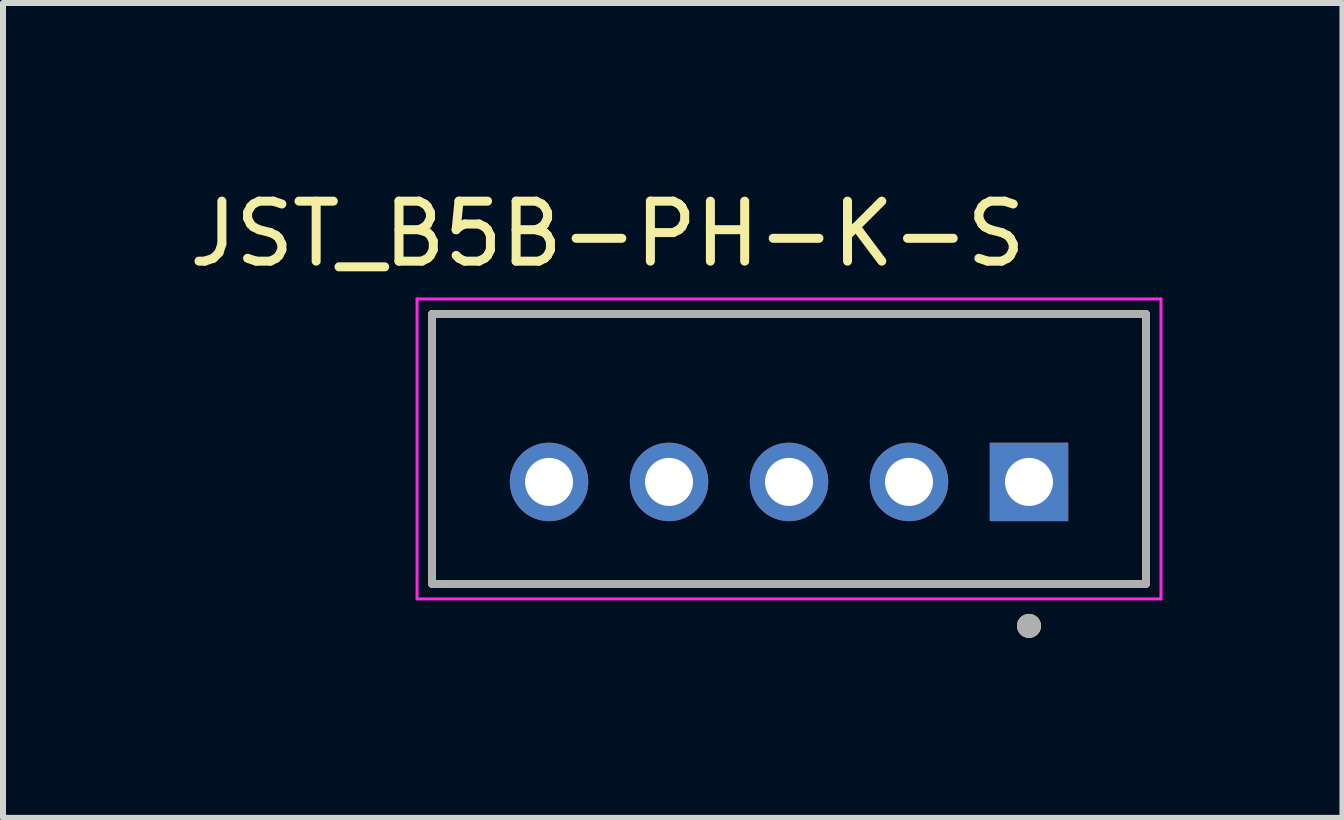
<source format=kicad_pcb>
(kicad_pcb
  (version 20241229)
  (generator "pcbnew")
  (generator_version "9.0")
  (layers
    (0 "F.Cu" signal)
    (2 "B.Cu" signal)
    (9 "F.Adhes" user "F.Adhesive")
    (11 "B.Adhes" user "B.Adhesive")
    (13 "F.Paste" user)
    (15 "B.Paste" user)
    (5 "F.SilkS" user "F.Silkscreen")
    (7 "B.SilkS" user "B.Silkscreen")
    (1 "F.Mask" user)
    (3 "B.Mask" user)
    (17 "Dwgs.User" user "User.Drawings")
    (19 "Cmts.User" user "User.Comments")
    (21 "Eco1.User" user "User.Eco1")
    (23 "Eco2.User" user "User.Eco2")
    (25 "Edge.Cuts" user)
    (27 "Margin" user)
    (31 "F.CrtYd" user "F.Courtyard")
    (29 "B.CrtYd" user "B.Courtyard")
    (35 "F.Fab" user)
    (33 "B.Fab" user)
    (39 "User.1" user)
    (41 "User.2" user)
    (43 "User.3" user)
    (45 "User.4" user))
  (footprint "JST_B5B-PH-K-S"
    (layer "F.Cu")
    (at 10.102 4.433)
    (property "Reference" "JST_B5B-PH-K-S" (at -3.025 -3.585 0) (layer "F.SilkS") (effects (font (size 1 1) (thickness 0.15))))
    (attr through_hole)
    (fp_line (start -5.95 -2.25) (end 5.95 -2.25) (stroke (width 0.127) (type solid)) (layer "F.SilkS"))
    (fp_line (start -5.95 2.25) (end -5.95 -2.25) (stroke (width 0.127) (type solid)) (layer "F.SilkS"))
    (fp_line (start 5.95 -2.25) (end 5.95 2.25) (stroke (width 0.127) (type solid)) (layer "F.SilkS"))
    (fp_line (start 5.95 2.25) (end -5.95 2.25) (stroke (width 0.127) (type solid)) (layer "F.SilkS"))
    (fp_circle (center 4 2.95) (end 4.1 2.95) (stroke (width 0.2) (type solid)) (fill no) (layer "F.SilkS"))
    (fp_line (start -6.2 -2.5) (end 6.2 -2.5) (stroke (width 0.05) (type solid)) (layer "F.CrtYd"))
    (fp_line (start -6.2 2.5) (end -6.2 -2.5) (stroke (width 0.05) (type solid)) (layer "F.CrtYd"))
    (fp_line (start 6.2 -2.5) (end 6.2 2.5) (stroke (width 0.05) (type solid)) (layer "F.CrtYd"))
    (fp_line (start 6.2 2.5) (end -6.2 2.5) (stroke (width 0.05) (type solid)) (layer "F.CrtYd"))
    (fp_line (start -5.95 -2.25) (end 5.95 -2.25) (stroke (width 0.127) (type solid)) (layer "F.Fab"))
    (fp_line (start -5.95 2.25) (end -5.95 -2.25) (stroke (width 0.127) (type solid)) (layer "F.Fab"))
    (fp_line (start 5.95 -2.25) (end 5.95 2.25) (stroke (width 0.127) (type solid)) (layer "F.Fab"))
    (fp_line (start 5.95 2.25) (end -5.95 2.25) (stroke (width 0.127) (type solid)) (layer "F.Fab"))
    (fp_circle (center 4 2.95) (end 4.1 2.95) (stroke (width 0.2) (type solid)) (fill no) (layer "F.Fab"))
    (pad "1" thru_hole rect (at 4 0.55) (size 1.308 1.308) (drill 0.8) (layers "*.Cu" "*.Mask"))
    (pad "2" thru_hole circle (at 2 0.55) (size 1.308 1.308) (drill 0.8) (layers "*.Cu" "*.Mask"))
    (pad "3" thru_hole circle (at 0 0.55) (size 1.308 1.308) (drill 0.8) (layers "*.Cu" "*.Mask"))
    (pad "4" thru_hole circle (at -2 0.55) (size 1.308 1.308) (drill 0.8) (layers "*.Cu" "*.Mask"))
    (pad "5" thru_hole circle (at -4 0.55) (size 1.308 1.308) (drill 0.8) (layers "*.Cu" "*.Mask")))
  (gr_rect
    (start -3 -3)
    (end 19.327 10.583)
    (stroke (width 0.1) (type default))
    (fill no)
    (layer "Edge.Cuts")))
</source>
